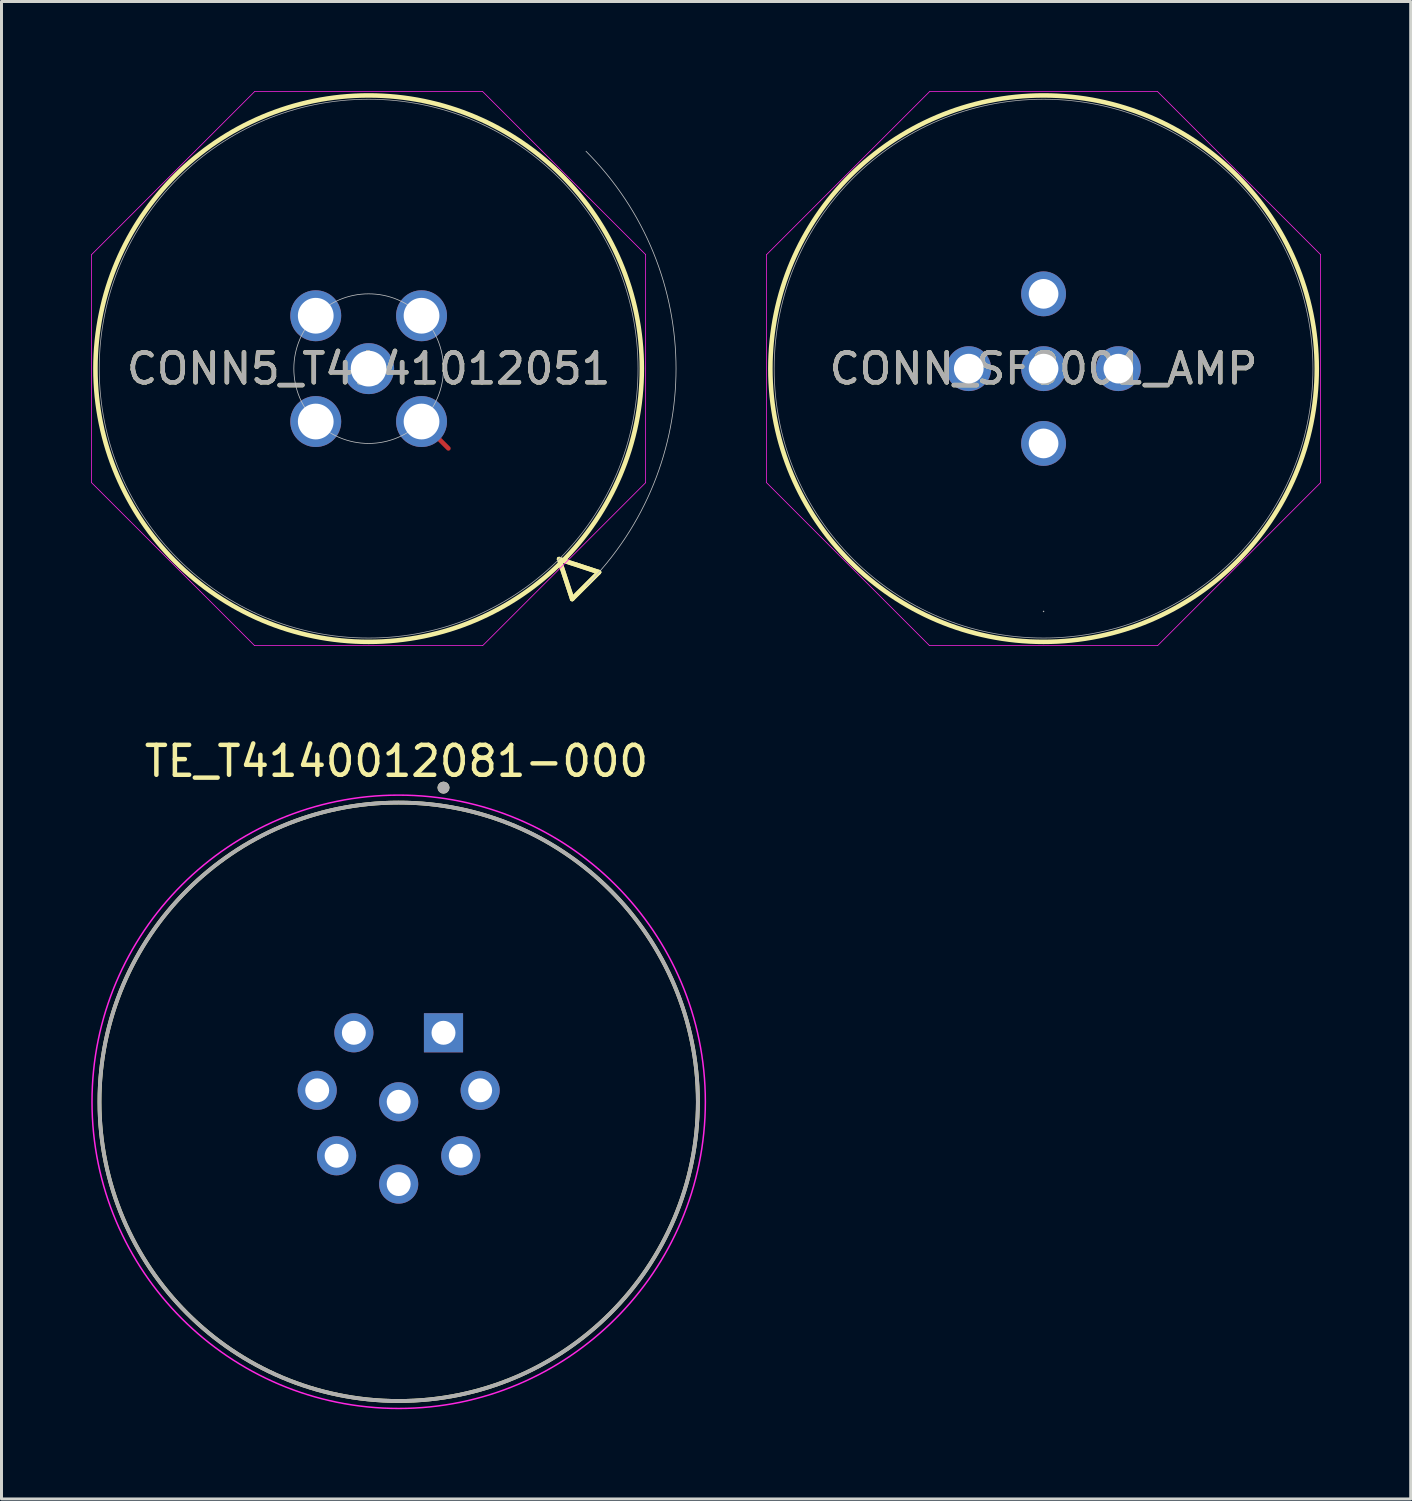
<source format=kicad_pcb>
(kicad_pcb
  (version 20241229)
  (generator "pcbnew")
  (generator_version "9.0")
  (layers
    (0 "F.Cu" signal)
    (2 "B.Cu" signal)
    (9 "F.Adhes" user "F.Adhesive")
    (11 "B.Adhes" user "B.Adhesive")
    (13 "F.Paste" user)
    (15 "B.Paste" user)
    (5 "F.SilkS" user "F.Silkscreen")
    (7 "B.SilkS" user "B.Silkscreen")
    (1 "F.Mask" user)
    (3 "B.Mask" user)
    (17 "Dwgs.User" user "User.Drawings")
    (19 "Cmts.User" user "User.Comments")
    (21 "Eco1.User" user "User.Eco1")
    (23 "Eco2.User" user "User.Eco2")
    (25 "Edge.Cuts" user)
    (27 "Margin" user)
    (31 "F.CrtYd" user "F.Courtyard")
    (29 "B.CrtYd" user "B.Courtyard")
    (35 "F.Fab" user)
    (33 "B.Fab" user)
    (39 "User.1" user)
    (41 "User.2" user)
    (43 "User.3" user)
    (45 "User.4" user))
  (footprint "TE_T4140012081-000"
    (layer "F.Cu")
    (at 10.275 33.775)
    (property "Reference" "TE_T4140012081-000" (at -0.075 -11.385 0) (layer "F.SilkS") (effects (font (size 1 1) (thickness 0.15))))
    (attr through_hole)
    (fp_circle (center 0 0) (end 10 0) (stroke (width 0.127) (type solid)) (fill no) (layer "F.SilkS"))
    (fp_circle (center 1.498 -10.5) (end 1.598 -10.5) (stroke (width 0.2) (type solid)) (fill no) (layer "F.SilkS"))
    (fp_circle (center 0 0) (end 10.25 0) (stroke (width 0.05) (type solid)) (fill no) (layer "F.CrtYd"))
    (fp_circle (center 0 0) (end 10 0) (stroke (width 0.127) (type solid)) (fill no) (layer "F.Fab"))
    (fp_circle (center 1.498 -10.5) (end 1.598 -10.5) (stroke (width 0.2) (type solid)) (fill no) (layer "F.Fab"))
    (pad "1" thru_hole rect (at 1.498 -2.306) (size 1.308 1.308) (drill 0.8) (layers "*.Cu" "*.Mask"))
    (pad "2" thru_hole circle (at -1.498 -2.306) (size 1.308 1.308) (drill 0.8) (layers "*.Cu" "*.Mask"))
    (pad "3" thru_hole circle (at -2.723 -0.383) (size 1.308 1.308) (drill 0.8) (layers "*.Cu" "*.Mask"))
    (pad "4" thru_hole circle (at -2.075 1.804) (size 1.308 1.308) (drill 0.8) (layers "*.Cu" "*.Mask"))
    (pad "5" thru_hole circle (at 0 2.75) (size 1.308 1.308) (drill 0.8) (layers "*.Cu" "*.Mask"))
    (pad "6" thru_hole circle (at 2.075 1.804) (size 1.308 1.308) (drill 0.8) (layers "*.Cu" "*.Mask"))
    (pad "7" thru_hole circle (at 2.723 -0.383) (size 1.308 1.308) (drill 0.8) (layers "*.Cu" "*.Mask"))
    (pad "8" thru_hole circle (at 0 0) (size 1.308 1.308) (drill 0.8) (layers "*.Cu" "*.Mask")))
  (footprint "CONN5_T4141012051"
    (layer "F.Cu")
    (at 7.503 7.503)
    (property "Reference" "CONN5_T4141012051" (at 1.768 1.768 0) (unlocked yes) (layer "F.SilkS") (effects (font (size 1 1) (thickness 0.15))))
    (attr through_hole)
    (fp_line (start 3.536 3.536) (end 4.434 4.434) (stroke (width 0.152) (type solid)) (layer "F.Cu"))
    (fp_line (start 8.135 8.135) (end 9.467 8.571) (stroke (width 0.152) (type solid)) (layer "F.SilkS"))
    (fp_line (start 8.135 8.135) (end 9.467 8.571) (stroke (width 0.152) (type solid)) (layer "F.SilkS"))
    (fp_line (start 8.571 9.467) (end 8.135 8.135) (stroke (width 0.152) (type solid)) (layer "F.SilkS"))
    (fp_line (start 8.571 9.467) (end 8.135 8.135) (stroke (width 0.152) (type solid)) (layer "F.SilkS"))
    (fp_line (start 9.467 8.571) (end 8.571 9.467) (stroke (width 0.152) (type solid)) (layer "F.SilkS"))
    (fp_line (start 9.467 8.571) (end 8.571 9.467) (stroke (width 0.152) (type solid)) (layer "F.SilkS"))
    (fp_circle (center 1.768 1.768) (end 10.899 1.768) (stroke (width 0.152) (type solid)) (fill no) (layer "F.SilkS"))
    (fp_arc (start 9.032794 -5.49726) (mid 12.042067 1.767767) (end 9.032794 9.032794) (stroke (width 0.0254) (type solid)) (layer "Dwgs.User"))
    (fp_circle (center 1.768 1.768) (end 4.268 1.768) (stroke (width 0.025) (type solid)) (fill no) (layer "Dwgs.User"))
    (fp_line (start -7.491 -2.044) (end -2.044 -7.491) (stroke (width 0.025) (type solid)) (layer "F.CrtYd"))
    (fp_line (start -7.491 5.58) (end -7.491 -2.044) (stroke (width 0.025) (type solid)) (layer "F.CrtYd"))
    (fp_line (start -2.044 -7.491) (end 5.58 -7.491) (stroke (width 0.025) (type solid)) (layer "F.CrtYd"))
    (fp_line (start -2.044 11.026) (end -7.491 5.58) (stroke (width 0.025) (type solid)) (layer "F.CrtYd"))
    (fp_line (start 5.58 -7.491) (end 11.026 -2.044) (stroke (width 0.025) (type solid)) (layer "F.CrtYd"))
    (fp_line (start 5.58 11.026) (end -2.044 11.026) (stroke (width 0.025) (type solid)) (layer "F.CrtYd"))
    (fp_line (start 11.026 -2.044) (end 11.026 5.58) (stroke (width 0.025) (type solid)) (layer "F.CrtYd"))
    (fp_line (start 11.026 5.58) (end 5.58 11.026) (stroke (width 0.025) (type solid)) (layer "F.CrtYd"))
    (fp_circle (center 1.768 1.768) (end 10.772 1.768) (stroke (width 0.025) (type solid)) (fill no) (layer "F.Fab"))
    (fp_text user "${REFERENCE}" (at 1.768 1.768 0) (unlocked yes) (layer "F.Fab") (effects (font (size 1 1) (thickness 0.15))))
    (pad "1" thru_hole circle (at 3.536 3.536) (size 1.702 1.702) (drill 1.194) (layers "*.Cu" "*.Mask"))
    (pad "2" thru_hole circle (at 3.536 0 90) (size 1.702 1.702) (drill 1.194) (layers "*.Cu" "*.Mask"))
    (pad "3" thru_hole circle (at 0 0) (size 1.702 1.702) (drill 1.194) (layers "*.Cu" "*.Mask"))
    (pad "4" thru_hole circle (at 0 3.536 90) (size 1.702 1.702) (drill 1.194) (layers "*.Cu" "*.Mask"))
    (pad "5" thru_hole circle (at 1.768 1.768) (size 1.702 1.702) (drill 1.194) (layers "*.Cu" "*.Mask")))
  (footprint "CONN_SF8001_AMP"
    (layer "F.Cu")
    (at 31.829 6.771)
    (property "Reference" "CONN_SF8001_AMP" (at 0 2.5 0) (unlocked yes) (layer "F.SilkS") (effects (font (size 1 1) (thickness 0.15))))
    (attr through_hole)
    (fp_circle (center 0 2.5) (end 9.131 2.5) (stroke (width 0.152) (type solid)) (fill no) (layer "F.SilkS"))
    (fp_line (start -9.258 -1.312) (end -3.812 -6.758) (stroke (width 0.025) (type solid)) (layer "F.CrtYd"))
    (fp_line (start -9.258 6.312) (end -9.258 -1.312) (stroke (width 0.025) (type solid)) (layer "F.CrtYd"))
    (fp_line (start -3.812 -6.758) (end 3.812 -6.758) (stroke (width 0.025) (type solid)) (layer "F.CrtYd"))
    (fp_line (start -3.812 11.758) (end -9.258 6.312) (stroke (width 0.025) (type solid)) (layer "F.CrtYd"))
    (fp_line (start 3.812 -6.758) (end 9.258 -1.312) (stroke (width 0.025) (type solid)) (layer "F.CrtYd"))
    (fp_line (start 3.812 11.758) (end -3.812 11.758) (stroke (width 0.025) (type solid)) (layer "F.CrtYd"))
    (fp_line (start 9.258 -1.312) (end 9.258 6.312) (stroke (width 0.025) (type solid)) (layer "F.CrtYd"))
    (fp_line (start 9.258 6.312) (end 3.812 11.758) (stroke (width 0.025) (type solid)) (layer "F.CrtYd"))
    (fp_circle (center 0 2.5) (end 9.004 2.5) (stroke (width 0.025) (type solid)) (fill no) (layer "F.Fab"))
    (fp_circle (center 0 10.615) (end 0 10.615) (stroke (width 0.025) (type solid)) (fill no) (layer "F.Fab"))
    (fp_text user "${REFERENCE}" (at 0 2.5 0) (unlocked yes) (layer "F.Fab") (effects (font (size 1 1) (thickness 0.15))))
    (pad "1" thru_hole circle (at 0 0) (size 1.499 1.499) (drill 0.991) (layers "*.Cu" "*.Mask"))
    (pad "2" thru_hole circle (at 2.5 2.5 90) (size 1.499 1.499) (drill 0.991) (layers "*.Cu" "*.Mask"))
    (pad "3" thru_hole circle (at 0 5) (size 1.499 1.499) (drill 0.991) (layers "*.Cu" "*.Mask"))
    (pad "4" thru_hole circle (at -2.5 2.5 90) (size 1.499 1.499) (drill 0.991) (layers "*.Cu" "*.Mask"))
    (pad "5" thru_hole circle (at 0 2.5) (size 1.499 1.499) (drill 0.991) (layers "*.Cu" "*.Mask")))
  (gr_rect
    (start -3 -3)
    (end 44.1 47.05)
    (stroke (width 0.1) (type default))
    (fill no)
    (layer "Edge.Cuts")))
</source>
